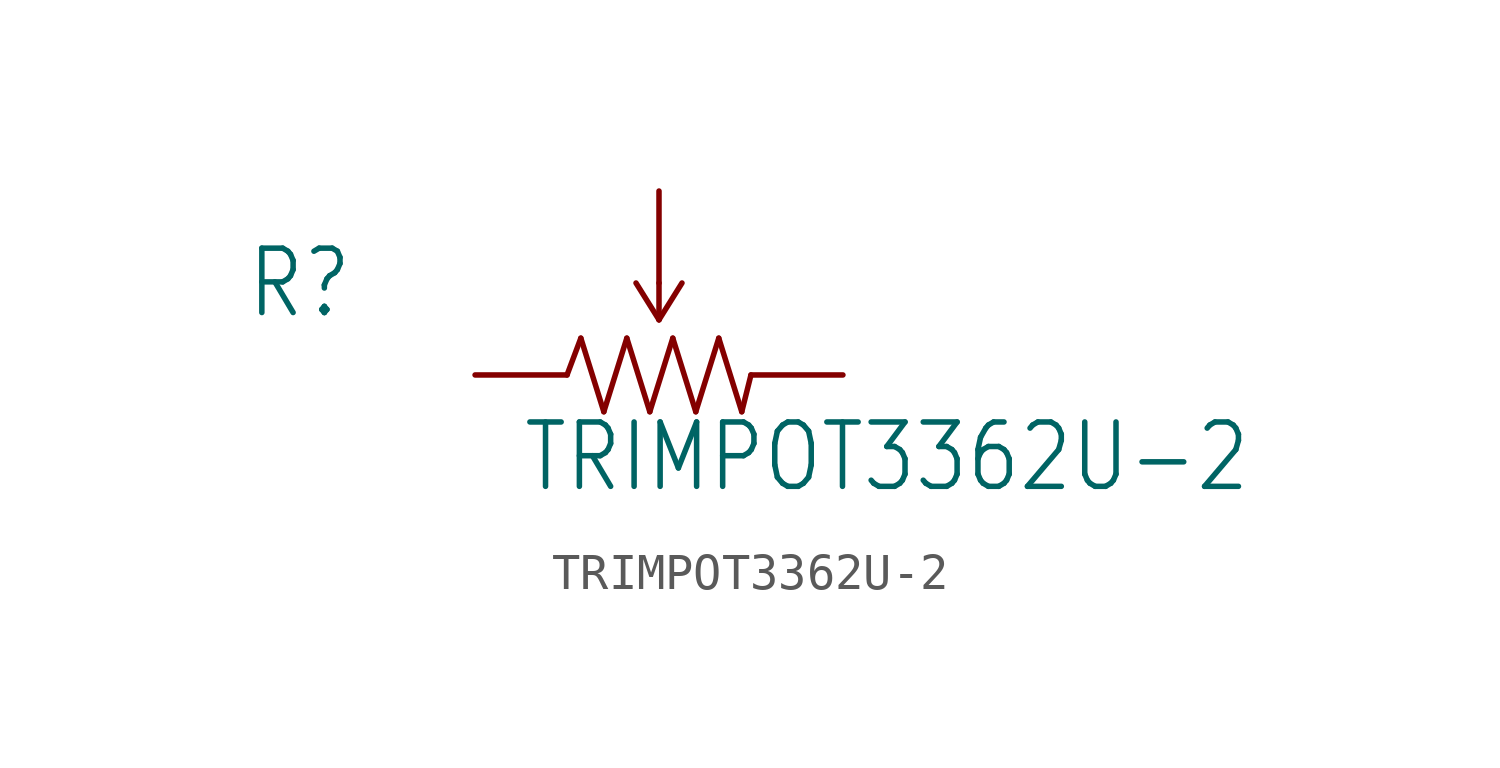
<source format=kicad_sym>
(kicad_symbol_lib
  (version 20211014)
  (generator kicad_symbol_editor)
  (symbol "TRIMPOT3362U-2"
    (property "Reference" "R"
      (at -11.43 1.499 0)
      (effects (font (size 1.778 1.511)) (justify left bottom)))
    (property "Value" "TRIMPOT3362U-2"
      (at -3.81 -3.302 0)
      (effects (font (size 1.778 1.511)) (justify left bottom)))
    (property "ki_locked" ""
      (at 0 0 0)
      (effects (font (size 1.27 1.27))))
    (symbol "TRIMPOT3362U-2_1_0"
      (polyline (pts (xy -2.54 0) (xy -2.159 1.016)) (stroke (width 0.152) (type default) (color 0 0 0 0)) (fill (type none)))
      (polyline (pts (xy -2.159 1.016) (xy -1.524 -1.016)) (stroke (width 0.152) (type default) (color 0 0 0 0)) (fill (type none)))
      (polyline (pts (xy -1.524 -1.016) (xy -0.889 1.016)) (stroke (width 0.152) (type default) (color 0 0 0 0)) (fill (type none)))
      (polyline (pts (xy -0.889 1.016) (xy -0.254 -1.016)) (stroke (width 0.152) (type default) (color 0 0 0 0)) (fill (type none)))
      (polyline (pts (xy -0.635 2.54) (xy 0 1.524)) (stroke (width 0.152) (type default) (color 0 0 0 0)) (fill (type none)))
      (polyline (pts (xy -0.254 -1.016) (xy 0.381 1.016)) (stroke (width 0.152) (type default) (color 0 0 0 0)) (fill (type none)))
      (polyline (pts (xy 0 1.524) (xy 0.635 2.54)) (stroke (width 0.152) (type default) (color 0 0 0 0)) (fill (type none)))
      (polyline (pts (xy 0 2.54) (xy 0 1.524)) (stroke (width 0.152) (type default) (color 0 0 0 0)) (fill (type none)))
      (polyline (pts (xy 0.381 1.016) (xy 1.016 -1.016)) (stroke (width 0.152) (type default) (color 0 0 0 0)) (fill (type none)))
      (polyline (pts (xy 1.016 -1.016) (xy 1.651 1.016)) (stroke (width 0.152) (type default) (color 0 0 0 0)) (fill (type none)))
      (polyline (pts (xy 1.651 1.016) (xy 2.286 -1.016)) (stroke (width 0.152) (type default) (color 0 0 0 0)) (fill (type none)))
      (polyline (pts (xy 2.286 -1.016) (xy 2.54 0)) (stroke (width 0.152) (type default) (color 0 0 0 0)) (fill (type none)))
      (pin passive line (at -5.08 0 0) (length 2.54) (name "CCW" (effects (font (size 0 0)))) (number "1" (effects (font (size 0 0)))))
      (pin passive line (at 0 5.08 270) (length 2.54) (name "WIPER" (effects (font (size 0 0)))) (number "2" (effects (font (size 0 0)))))
      (pin passive line (at 5.08 0 180) (length 2.54) (name "CW" (effects (font (size 0 0)))) (number "3" (effects (font (size 0 0))))))))
</source>
